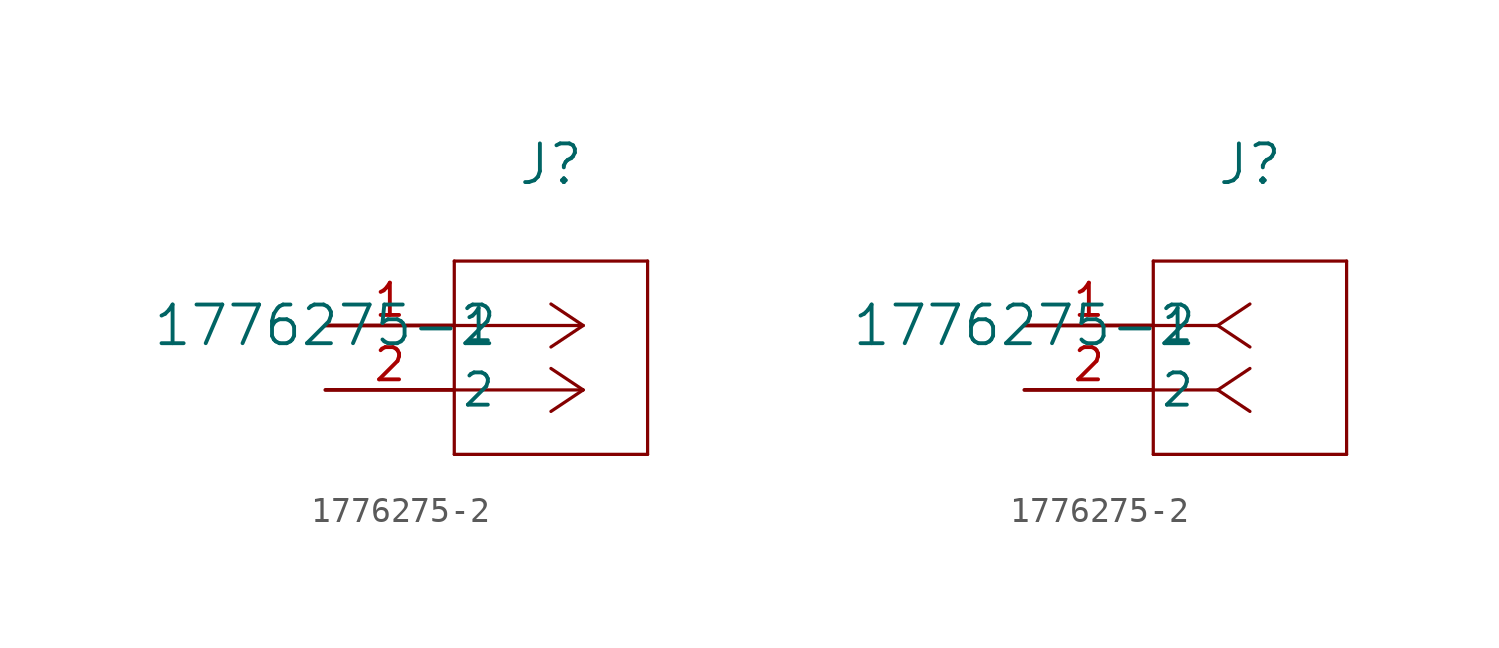
<source format=kicad_sym>
(kicad_symbol_lib
  (version 20211014)
  (generator kicad_symbol_editor)
  (symbol "1776275-2"
    (pin_names
      (offset 0.254))
    (property "Reference" "J"
      (at 8.89 6.35 0)
      (effects (font (size 1.524 1.524))))
    (property "Value" "1776275-2"
      (at 0 0 0)
      (effects (font (size 1.524 1.524))))
    (symbol "1776275-2_1_1"
      (polyline (pts (xy 10.16 0) (xy 5.08 0)) (stroke (width 0.127) (type default) (color 0 0 0 0)) (fill (type none)))
      (polyline (pts (xy 10.16 -2.54) (xy 5.08 -2.54)) (stroke (width 0.127) (type default) (color 0 0 0 0)) (fill (type none)))
      (polyline (pts (xy 10.16 0) (xy 8.89 0.847)) (stroke (width 0.127) (type default) (color 0 0 0 0)) (fill (type none)))
      (polyline (pts (xy 10.16 -2.54) (xy 8.89 -1.693)) (stroke (width 0.127) (type default) (color 0 0 0 0)) (fill (type none)))
      (polyline (pts (xy 10.16 0) (xy 8.89 -0.847)) (stroke (width 0.127) (type default) (color 0 0 0 0)) (fill (type none)))
      (polyline (pts (xy 10.16 -2.54) (xy 8.89 -3.387)) (stroke (width 0.127) (type default) (color 0 0 0 0)) (fill (type none)))
      (polyline (pts (xy 5.08 2.54) (xy 5.08 -5.08)) (stroke (width 0.127) (type default) (color 0 0 0 0)) (fill (type none)))
      (polyline (pts (xy 5.08 -5.08) (xy 12.7 -5.08)) (stroke (width 0.127) (type default) (color 0 0 0 0)) (fill (type none)))
      (polyline (pts (xy 12.7 -5.08) (xy 12.7 2.54)) (stroke (width 0.127) (type default) (color 0 0 0 0)) (fill (type none)))
      (polyline (pts (xy 12.7 2.54) (xy 5.08 2.54)) (stroke (width 0.127) (type default) (color 0 0 0 0)) (fill (type none)))
      (pin unspecified line (at 0 0 0) (length 5.08) (name "1" (effects (font (size 1.27 1.27)))) (number "1" (effects (font (size 1.27 1.27)))))
      (pin unspecified line (at 0 -2.54 0) (length 5.08) (name "2" (effects (font (size 1.27 1.27)))) (number "2" (effects (font (size 1.27 1.27))))))
    (symbol "1776275-2_1_2"
      (polyline (pts (xy 7.62 0) (xy 5.08 0)) (stroke (width 0.127) (type default) (color 0 0 0 0)) (fill (type none)))
      (polyline (pts (xy 7.62 -2.54) (xy 5.08 -2.54)) (stroke (width 0.127) (type default) (color 0 0 0 0)) (fill (type none)))
      (polyline (pts (xy 7.62 0) (xy 8.89 0.847)) (stroke (width 0.127) (type default) (color 0 0 0 0)) (fill (type none)))
      (polyline (pts (xy 7.62 -2.54) (xy 8.89 -1.693)) (stroke (width 0.127) (type default) (color 0 0 0 0)) (fill (type none)))
      (polyline (pts (xy 7.62 0) (xy 8.89 -0.847)) (stroke (width 0.127) (type default) (color 0 0 0 0)) (fill (type none)))
      (polyline (pts (xy 7.62 -2.54) (xy 8.89 -3.387)) (stroke (width 0.127) (type default) (color 0 0 0 0)) (fill (type none)))
      (polyline (pts (xy 5.08 2.54) (xy 5.08 -5.08)) (stroke (width 0.127) (type default) (color 0 0 0 0)) (fill (type none)))
      (polyline (pts (xy 5.08 -5.08) (xy 12.7 -5.08)) (stroke (width 0.127) (type default) (color 0 0 0 0)) (fill (type none)))
      (polyline (pts (xy 12.7 -5.08) (xy 12.7 2.54)) (stroke (width 0.127) (type default) (color 0 0 0 0)) (fill (type none)))
      (polyline (pts (xy 12.7 2.54) (xy 5.08 2.54)) (stroke (width 0.127) (type default) (color 0 0 0 0)) (fill (type none)))
      (pin unspecified line (at 0 0 0) (length 5.08) (name "1" (effects (font (size 1.27 1.27)))) (number "1" (effects (font (size 1.27 1.27)))))
      (pin unspecified line (at 0 -2.54 0) (length 5.08) (name "2" (effects (font (size 1.27 1.27)))) (number "2" (effects (font (size 1.27 1.27))))))))
</source>
